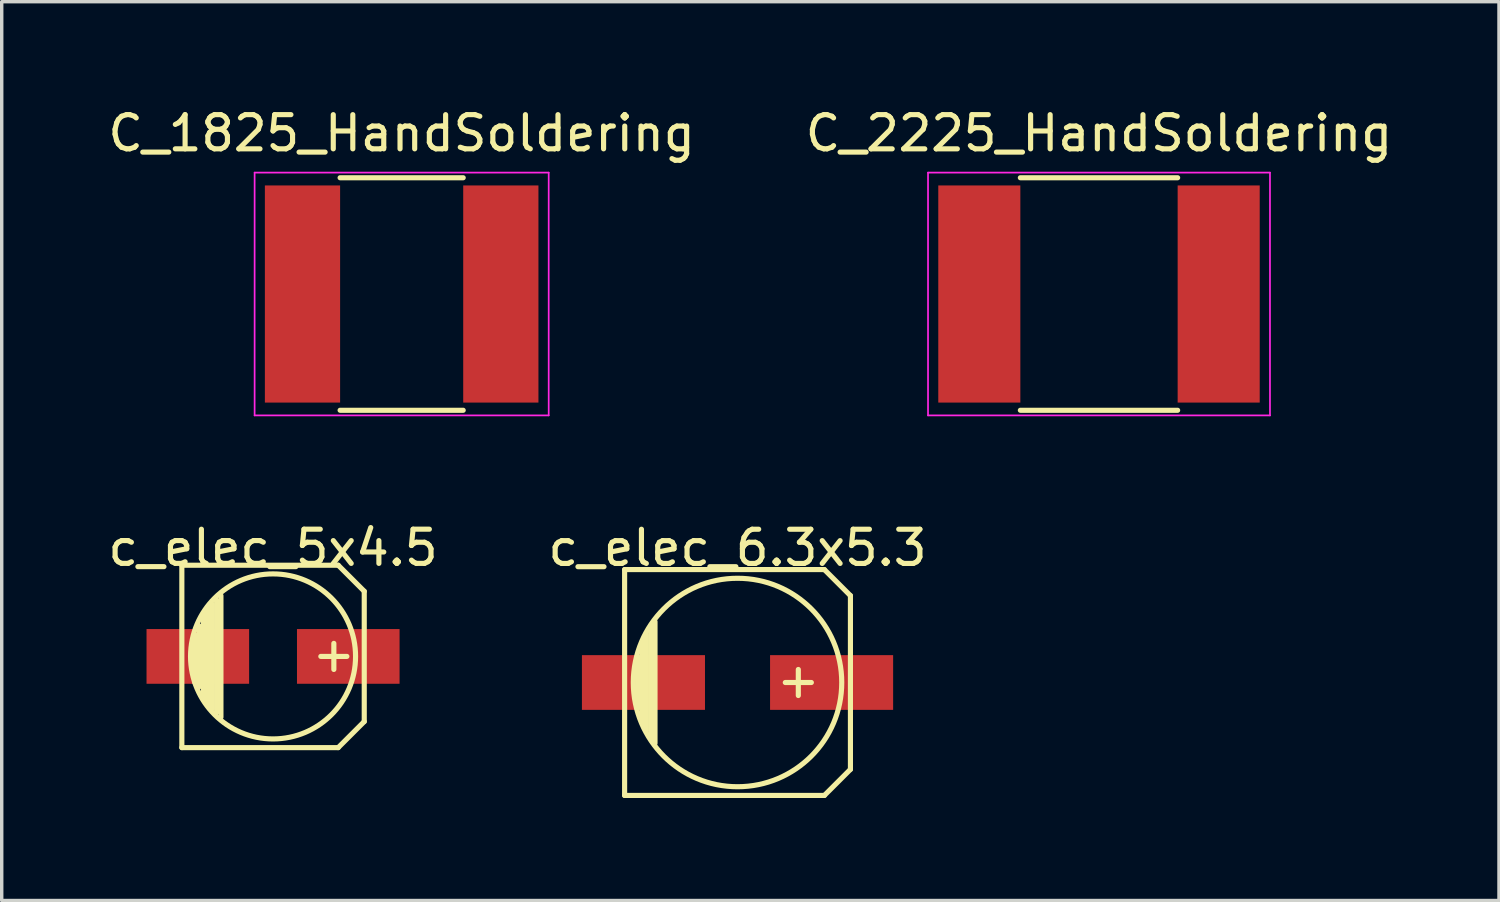
<source format=kicad_pcb>
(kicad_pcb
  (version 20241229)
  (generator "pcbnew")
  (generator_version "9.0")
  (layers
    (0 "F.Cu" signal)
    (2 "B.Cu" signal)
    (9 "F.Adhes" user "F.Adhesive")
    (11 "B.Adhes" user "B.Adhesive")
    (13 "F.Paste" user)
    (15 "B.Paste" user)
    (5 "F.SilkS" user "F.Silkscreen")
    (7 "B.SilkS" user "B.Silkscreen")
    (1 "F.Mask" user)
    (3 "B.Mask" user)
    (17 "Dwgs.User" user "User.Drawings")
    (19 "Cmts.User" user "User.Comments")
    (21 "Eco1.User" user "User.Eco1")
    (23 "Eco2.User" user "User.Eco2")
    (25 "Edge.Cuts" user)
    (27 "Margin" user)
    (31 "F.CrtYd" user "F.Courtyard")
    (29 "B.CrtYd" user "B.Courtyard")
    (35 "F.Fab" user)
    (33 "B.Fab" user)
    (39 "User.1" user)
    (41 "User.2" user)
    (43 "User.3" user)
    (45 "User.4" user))
  (footprint "c_elec_5x4.5"
    (layer "F.Cu")
    (at 4.935 16.146)
    (property "Reference" "c_elec_5x4.5" (at 0 -3.175 0) (layer "F.SilkS") (effects (font (size 1 1) (thickness 0.15))))
    (attr through_hole)
    (fp_line (start -2.667 -2.667) (end 1.905 -2.667) (stroke (width 0.15) (type solid)) (layer "F.SilkS"))
    (fp_line (start -2.667 2.667) (end -2.667 -2.667) (stroke (width 0.15) (type solid)) (layer "F.SilkS"))
    (fp_line (start -2.286 -0.635) (end -2.286 0.762) (stroke (width 0.15) (type solid)) (layer "F.SilkS"))
    (fp_line (start -2.159 -0.889) (end -2.159 0.889) (stroke (width 0.15) (type solid)) (layer "F.SilkS"))
    (fp_line (start -2.032 -1.27) (end -2.032 1.27) (stroke (width 0.15) (type solid)) (layer "F.SilkS"))
    (fp_line (start -1.905 1.397) (end -1.905 -1.397) (stroke (width 0.15) (type solid)) (layer "F.SilkS"))
    (fp_line (start -1.778 -1.524) (end -1.778 1.524) (stroke (width 0.15) (type solid)) (layer "F.SilkS"))
    (fp_line (start -1.651 1.651) (end -1.651 -1.651) (stroke (width 0.15) (type solid)) (layer "F.SilkS"))
    (fp_line (start -1.524 -1.778) (end -1.524 1.778) (stroke (width 0.15) (type solid)) (layer "F.SilkS"))
    (fp_line (start 1.778 -0.381) (end 1.778 0.381) (stroke (width 0.15) (type solid)) (layer "F.SilkS"))
    (fp_line (start 1.905 -2.667) (end 2.667 -1.905) (stroke (width 0.15) (type solid)) (layer "F.SilkS"))
    (fp_line (start 1.905 2.667) (end -2.667 2.667) (stroke (width 0.15) (type solid)) (layer "F.SilkS"))
    (fp_line (start 2.159 0) (end 1.397 0) (stroke (width 0.15) (type solid)) (layer "F.SilkS"))
    (fp_line (start 2.667 -1.905) (end 2.667 1.905) (stroke (width 0.15) (type solid)) (layer "F.SilkS"))
    (fp_line (start 2.667 1.905) (end 1.905 2.667) (stroke (width 0.15) (type solid)) (layer "F.SilkS"))
    (fp_circle (center 0 0) (end -2.413 0) (stroke (width 0.15) (type solid)) (fill no) (layer "F.SilkS"))
    (pad "1" smd rect (at 2.2 0) (size 3 1.6) (layers "F.Cu" "F.Mask" "F.Paste"))
    (pad "2" smd rect (at -2.2 0) (size 3 1.6) (layers "F.Cu" "F.Mask" "F.Paste")))
  (footprint "C_1825_HandSoldering"
    (layer "F.Cu")
    (at 8.696 5.548)
    (property "Reference" "C_1825_HandSoldering" (at 0 -4.7 0) (layer "F.SilkS") (effects (font (size 1 1) (thickness 0.15))))
    (attr smd)
    (fp_line (start -1.8 3.4) (end 1.8 3.4) (stroke (width 0.15) (type solid)) (layer "F.SilkS"))
    (fp_line (start 1.8 -3.4) (end -1.8 -3.4) (stroke (width 0.15) (type solid)) (layer "F.SilkS"))
    (fp_line (start -4.3 -3.55) (end -4.3 3.55) (stroke (width 0.05) (type solid)) (layer "F.CrtYd"))
    (fp_line (start -4.3 -3.55) (end 4.3 -3.55) (stroke (width 0.05) (type solid)) (layer "F.CrtYd"))
    (fp_line (start -4.3 3.55) (end 4.3 3.55) (stroke (width 0.05) (type solid)) (layer "F.CrtYd"))
    (fp_line (start 4.3 -3.55) (end 4.3 3.55) (stroke (width 0.05) (type solid)) (layer "F.CrtYd"))
    (pad "1" smd rect (at -2.9 0) (size 2.2 6.35) (layers "F.Cu" "F.Mask" "F.Paste"))
    (pad "2" smd rect (at 2.9 0) (size 2.2 6.35) (layers "F.Cu" "F.Mask" "F.Paste")))
  (footprint "C_2225_HandSoldering"
    (layer "F.Cu")
    (at 29.089 5.548)
    (property "Reference" "C_2225_HandSoldering" (at 0 -4.7 0) (layer "F.SilkS") (effects (font (size 1 1) (thickness 0.15))))
    (attr smd)
    (fp_line (start -2.3 3.4) (end 2.3 3.4) (stroke (width 0.15) (type solid)) (layer "F.SilkS"))
    (fp_line (start 2.3 -3.4) (end -2.3 -3.4) (stroke (width 0.15) (type solid)) (layer "F.SilkS"))
    (fp_line (start -5 -3.55) (end -5 3.55) (stroke (width 0.05) (type solid)) (layer "F.CrtYd"))
    (fp_line (start -5 -3.55) (end 5 -3.55) (stroke (width 0.05) (type solid)) (layer "F.CrtYd"))
    (fp_line (start -5 3.55) (end 5 3.55) (stroke (width 0.05) (type solid)) (layer "F.CrtYd"))
    (fp_line (start 5 -3.55) (end 5 3.55) (stroke (width 0.05) (type solid)) (layer "F.CrtYd"))
    (pad "1" smd rect (at -3.5 0) (size 2.4 6.35) (layers "F.Cu" "F.Mask" "F.Paste"))
    (pad "2" smd rect (at 3.5 0) (size 2.4 6.35) (layers "F.Cu" "F.Mask" "F.Paste")))
  (footprint "c_elec_6.3x5.3"
    (layer "F.Cu")
    (at 18.518 16.909)
    (property "Reference" "c_elec_6.3x5.3" (at 0 -3.937 0) (layer "F.SilkS") (effects (font (size 1 1) (thickness 0.15))))
    (attr through_hole)
    (fp_line (start -3.302 -3.302) (end -3.302 3.302) (stroke (width 0.15) (type solid)) (layer "F.SilkS"))
    (fp_line (start -3.302 3.302) (end 2.54 3.302) (stroke (width 0.15) (type solid)) (layer "F.SilkS"))
    (fp_line (start -2.921 -0.762) (end -2.921 0.762) (stroke (width 0.15) (type solid)) (layer "F.SilkS"))
    (fp_line (start -2.794 1.143) (end -2.794 -1.143) (stroke (width 0.15) (type solid)) (layer "F.SilkS"))
    (fp_line (start -2.667 -1.397) (end -2.667 1.397) (stroke (width 0.15) (type solid)) (layer "F.SilkS"))
    (fp_line (start -2.54 1.651) (end -2.54 -1.651) (stroke (width 0.15) (type solid)) (layer "F.SilkS"))
    (fp_line (start -2.413 -1.778) (end -2.413 1.778) (stroke (width 0.15) (type solid)) (layer "F.SilkS"))
    (fp_line (start 1.778 -0.381) (end 1.778 0.381) (stroke (width 0.15) (type solid)) (layer "F.SilkS"))
    (fp_line (start 2.159 0) (end 1.397 0) (stroke (width 0.15) (type solid)) (layer "F.SilkS"))
    (fp_line (start 2.54 -3.302) (end -3.302 -3.302) (stroke (width 0.15) (type solid)) (layer "F.SilkS"))
    (fp_line (start 2.54 3.302) (end 3.302 2.54) (stroke (width 0.15) (type solid)) (layer "F.SilkS"))
    (fp_line (start 3.302 -2.54) (end 2.54 -3.302) (stroke (width 0.15) (type solid)) (layer "F.SilkS"))
    (fp_line (start 3.302 2.54) (end 3.302 -2.54) (stroke (width 0.15) (type solid)) (layer "F.SilkS"))
    (fp_circle (center 0 0) (end -3.048 0) (stroke (width 0.15) (type solid)) (fill no) (layer "F.SilkS"))
    (pad "1" smd rect (at 2.751 0) (size 3.599 1.6) (layers "F.Cu" "F.Mask" "F.Paste"))
    (pad "2" smd rect (at -2.751 0) (size 3.599 1.6) (layers "F.Cu" "F.Mask" "F.Paste")))
  (gr_rect
    (start -3 -3)
    (end 40.786 23.285)
    (stroke (width 0.1) (type default))
    (fill no)
    (layer "Edge.Cuts")))
</source>
